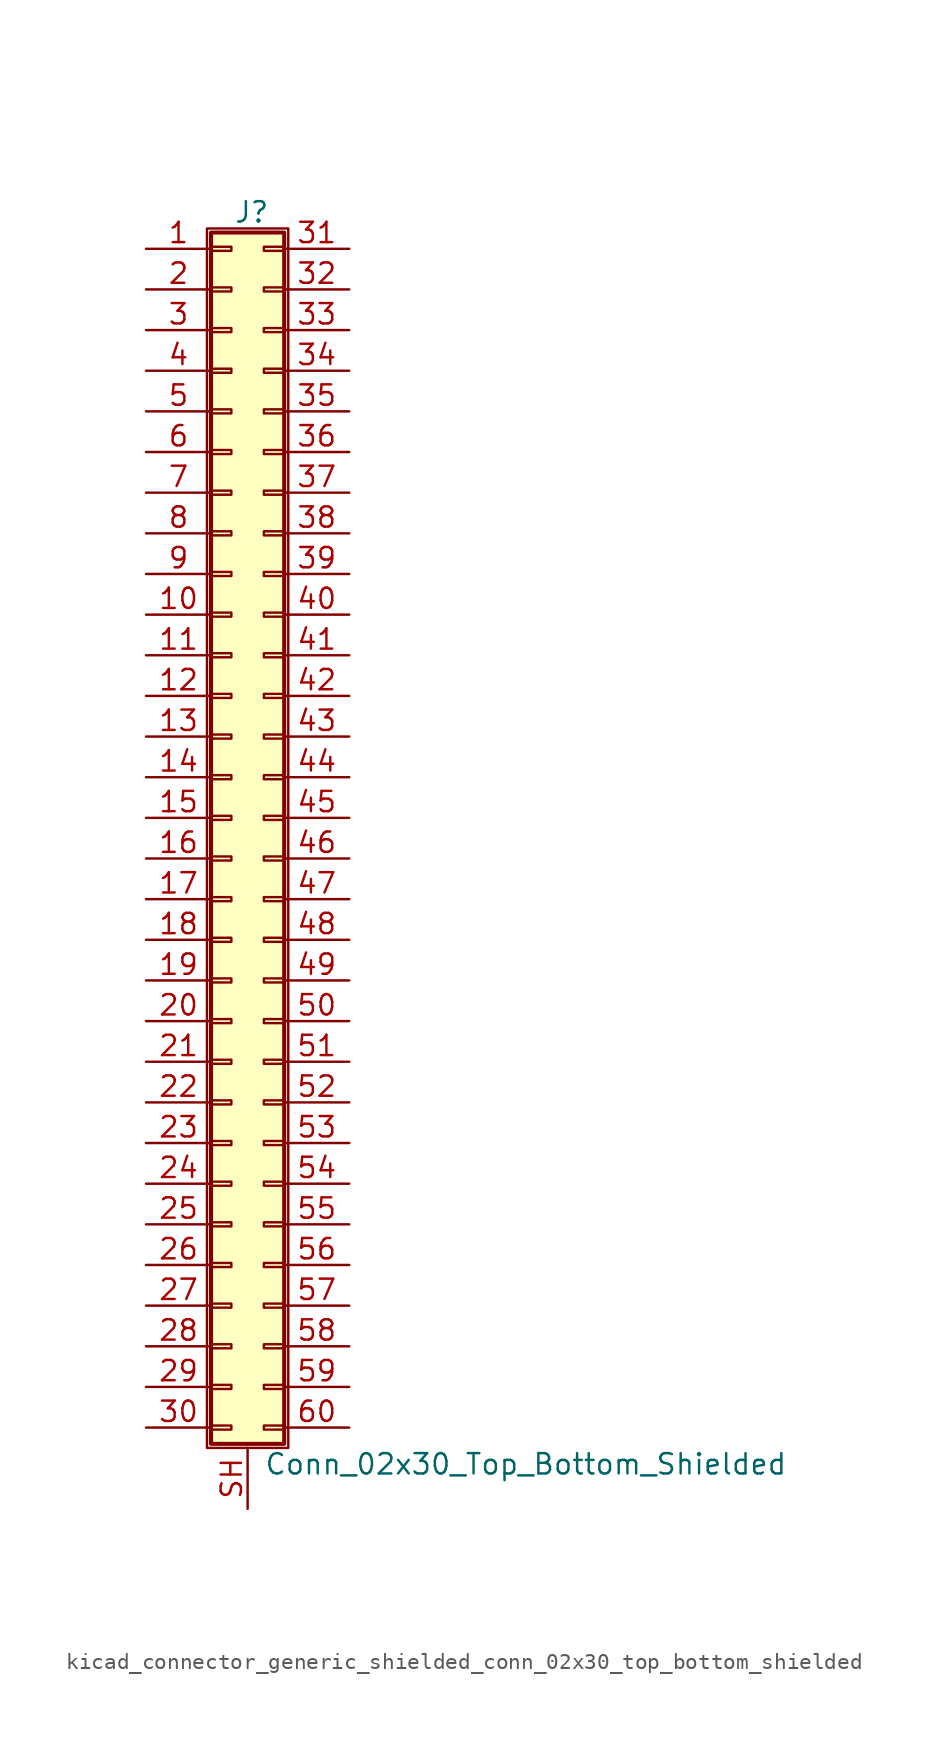
<source format=kicad_sym>
(kicad_symbol_lib
  (version 20220914)
  (generator kicad_symbol_editor)
  (symbol "kicad_connector_generic_shielded_conn_02x30_top_bottom_shielded"
    (pin_names
      (offset 1.016) hide)
    (property "Reference" "J"
      (at 1.524 37.846 0)
      (effects (font (size 1.27 1.27))))
    (property "Value" "Conn_02x30_Top_Bottom_Shielded"
      (at 2.286 -40.386 0)
      (effects (font (size 1.27 1.27)) (justify left)))
    (symbol "kicad_connector_generic_shielded_conn_02x30_top_bottom_shielded_1_1"
      (rectangle (start -1.27 36.83) (end 3.81 -39.37) (stroke (width 0.152) (type default)) (fill (type none)))
      (rectangle (start -1.016 -37.973) (end 0.254 -38.227) (stroke (width 0.152) (type default)) (fill (type none)))
      (rectangle (start -1.016 -35.433) (end 0.254 -35.687) (stroke (width 0.152) (type default)) (fill (type none)))
      (rectangle (start -1.016 -32.893) (end 0.254 -33.147) (stroke (width 0.152) (type default)) (fill (type none)))
      (rectangle (start -1.016 -30.353) (end 0.254 -30.607) (stroke (width 0.152) (type default)) (fill (type none)))
      (rectangle (start -1.016 -27.813) (end 0.254 -28.067) (stroke (width 0.152) (type default)) (fill (type none)))
      (rectangle (start -1.016 -25.273) (end 0.254 -25.527) (stroke (width 0.152) (type default)) (fill (type none)))
      (rectangle (start -1.016 -22.733) (end 0.254 -22.987) (stroke (width 0.152) (type default)) (fill (type none)))
      (rectangle (start -1.016 -20.193) (end 0.254 -20.447) (stroke (width 0.152) (type default)) (fill (type none)))
      (rectangle (start -1.016 -17.653) (end 0.254 -17.907) (stroke (width 0.152) (type default)) (fill (type none)))
      (rectangle (start -1.016 -15.113) (end 0.254 -15.367) (stroke (width 0.152) (type default)) (fill (type none)))
      (rectangle (start -1.016 -12.573) (end 0.254 -12.827) (stroke (width 0.152) (type default)) (fill (type none)))
      (rectangle (start -1.016 -10.033) (end 0.254 -10.287) (stroke (width 0.152) (type default)) (fill (type none)))
      (rectangle (start -1.016 -7.493) (end 0.254 -7.747) (stroke (width 0.152) (type default)) (fill (type none)))
      (rectangle (start -1.016 -4.953) (end 0.254 -5.207) (stroke (width 0.152) (type default)) (fill (type none)))
      (rectangle (start -1.016 -2.413) (end 0.254 -2.667) (stroke (width 0.152) (type default)) (fill (type none)))
      (rectangle (start -1.016 0.127) (end 0.254 -0.127) (stroke (width 0.152) (type default)) (fill (type none)))
      (rectangle (start -1.016 2.667) (end 0.254 2.413) (stroke (width 0.152) (type default)) (fill (type none)))
      (rectangle (start -1.016 5.207) (end 0.254 4.953) (stroke (width 0.152) (type default)) (fill (type none)))
      (rectangle (start -1.016 7.747) (end 0.254 7.493) (stroke (width 0.152) (type default)) (fill (type none)))
      (rectangle (start -1.016 10.287) (end 0.254 10.033) (stroke (width 0.152) (type default)) (fill (type none)))
      (rectangle (start -1.016 12.827) (end 0.254 12.573) (stroke (width 0.152) (type default)) (fill (type none)))
      (rectangle (start -1.016 15.367) (end 0.254 15.113) (stroke (width 0.152) (type default)) (fill (type none)))
      (rectangle (start -1.016 17.907) (end 0.254 17.653) (stroke (width 0.152) (type default)) (fill (type none)))
      (rectangle (start -1.016 20.447) (end 0.254 20.193) (stroke (width 0.152) (type default)) (fill (type none)))
      (rectangle (start -1.016 22.987) (end 0.254 22.733) (stroke (width 0.152) (type default)) (fill (type none)))
      (rectangle (start -1.016 25.527) (end 0.254 25.273) (stroke (width 0.152) (type default)) (fill (type none)))
      (rectangle (start -1.016 28.067) (end 0.254 27.813) (stroke (width 0.152) (type default)) (fill (type none)))
      (rectangle (start -1.016 30.607) (end 0.254 30.353) (stroke (width 0.152) (type default)) (fill (type none)))
      (rectangle (start -1.016 33.147) (end 0.254 32.893) (stroke (width 0.152) (type default)) (fill (type none)))
      (rectangle (start -1.016 35.687) (end 0.254 35.433) (stroke (width 0.152) (type default)) (fill (type none)))
      (rectangle (start -1.016 36.576) (end 3.556 -39.116) (stroke (width 0.254) (type default)) (fill (type background)))
      (rectangle (start 3.556 -37.973) (end 2.286 -38.227) (stroke (width 0.152) (type default)) (fill (type none)))
      (rectangle (start 3.556 -35.433) (end 2.286 -35.687) (stroke (width 0.152) (type default)) (fill (type none)))
      (rectangle (start 3.556 -32.893) (end 2.286 -33.147) (stroke (width 0.152) (type default)) (fill (type none)))
      (rectangle (start 3.556 -30.353) (end 2.286 -30.607) (stroke (width 0.152) (type default)) (fill (type none)))
      (rectangle (start 3.556 -27.813) (end 2.286 -28.067) (stroke (width 0.152) (type default)) (fill (type none)))
      (rectangle (start 3.556 -25.273) (end 2.286 -25.527) (stroke (width 0.152) (type default)) (fill (type none)))
      (rectangle (start 3.556 -22.733) (end 2.286 -22.987) (stroke (width 0.152) (type default)) (fill (type none)))
      (rectangle (start 3.556 -20.193) (end 2.286 -20.447) (stroke (width 0.152) (type default)) (fill (type none)))
      (rectangle (start 3.556 -17.653) (end 2.286 -17.907) (stroke (width 0.152) (type default)) (fill (type none)))
      (rectangle (start 3.556 -15.113) (end 2.286 -15.367) (stroke (width 0.152) (type default)) (fill (type none)))
      (rectangle (start 3.556 -12.573) (end 2.286 -12.827) (stroke (width 0.152) (type default)) (fill (type none)))
      (rectangle (start 3.556 -10.033) (end 2.286 -10.287) (stroke (width 0.152) (type default)) (fill (type none)))
      (rectangle (start 3.556 -7.493) (end 2.286 -7.747) (stroke (width 0.152) (type default)) (fill (type none)))
      (rectangle (start 3.556 -4.953) (end 2.286 -5.207) (stroke (width 0.152) (type default)) (fill (type none)))
      (rectangle (start 3.556 -2.413) (end 2.286 -2.667) (stroke (width 0.152) (type default)) (fill (type none)))
      (rectangle (start 3.556 0.127) (end 2.286 -0.127) (stroke (width 0.152) (type default)) (fill (type none)))
      (rectangle (start 3.556 2.667) (end 2.286 2.413) (stroke (width 0.152) (type default)) (fill (type none)))
      (rectangle (start 3.556 5.207) (end 2.286 4.953) (stroke (width 0.152) (type default)) (fill (type none)))
      (rectangle (start 3.556 7.747) (end 2.286 7.493) (stroke (width 0.152) (type default)) (fill (type none)))
      (rectangle (start 3.556 10.287) (end 2.286 10.033) (stroke (width 0.152) (type default)) (fill (type none)))
      (rectangle (start 3.556 12.827) (end 2.286 12.573) (stroke (width 0.152) (type default)) (fill (type none)))
      (rectangle (start 3.556 15.367) (end 2.286 15.113) (stroke (width 0.152) (type default)) (fill (type none)))
      (rectangle (start 3.556 17.907) (end 2.286 17.653) (stroke (width 0.152) (type default)) (fill (type none)))
      (rectangle (start 3.556 20.447) (end 2.286 20.193) (stroke (width 0.152) (type default)) (fill (type none)))
      (rectangle (start 3.556 22.987) (end 2.286 22.733) (stroke (width 0.152) (type default)) (fill (type none)))
      (rectangle (start 3.556 25.527) (end 2.286 25.273) (stroke (width 0.152) (type default)) (fill (type none)))
      (rectangle (start 3.556 28.067) (end 2.286 27.813) (stroke (width 0.152) (type default)) (fill (type none)))
      (rectangle (start 3.556 30.607) (end 2.286 30.353) (stroke (width 0.152) (type default)) (fill (type none)))
      (rectangle (start 3.556 33.147) (end 2.286 32.893) (stroke (width 0.152) (type default)) (fill (type none)))
      (rectangle (start 3.556 35.687) (end 2.286 35.433) (stroke (width 0.152) (type default)) (fill (type none)))
      (pin passive line (at -5.08 35.56 0) (length 4.064) (name "Pin_1" (effects (font (size 1.27 1.27)))) (number "1" (effects (font (size 1.27 1.27)))))
      (pin passive line (at -5.08 12.7 0) (length 4.064) (name "Pin_10" (effects (font (size 1.27 1.27)))) (number "10" (effects (font (size 1.27 1.27)))))
      (pin passive line (at -5.08 10.16 0) (length 4.064) (name "Pin_11" (effects (font (size 1.27 1.27)))) (number "11" (effects (font (size 1.27 1.27)))))
      (pin passive line (at -5.08 7.62 0) (length 4.064) (name "Pin_12" (effects (font (size 1.27 1.27)))) (number "12" (effects (font (size 1.27 1.27)))))
      (pin passive line (at -5.08 5.08 0) (length 4.064) (name "Pin_13" (effects (font (size 1.27 1.27)))) (number "13" (effects (font (size 1.27 1.27)))))
      (pin passive line (at -5.08 2.54 0) (length 4.064) (name "Pin_14" (effects (font (size 1.27 1.27)))) (number "14" (effects (font (size 1.27 1.27)))))
      (pin passive line (at -5.08 0 0) (length 4.064) (name "Pin_15" (effects (font (size 1.27 1.27)))) (number "15" (effects (font (size 1.27 1.27)))))
      (pin passive line (at -5.08 -2.54 0) (length 4.064) (name "Pin_16" (effects (font (size 1.27 1.27)))) (number "16" (effects (font (size 1.27 1.27)))))
      (pin passive line (at -5.08 -5.08 0) (length 4.064) (name "Pin_17" (effects (font (size 1.27 1.27)))) (number "17" (effects (font (size 1.27 1.27)))))
      (pin passive line (at -5.08 -7.62 0) (length 4.064) (name "Pin_18" (effects (font (size 1.27 1.27)))) (number "18" (effects (font (size 1.27 1.27)))))
      (pin passive line (at -5.08 -10.16 0) (length 4.064) (name "Pin_19" (effects (font (size 1.27 1.27)))) (number "19" (effects (font (size 1.27 1.27)))))
      (pin passive line (at -5.08 33.02 0) (length 4.064) (name "Pin_2" (effects (font (size 1.27 1.27)))) (number "2" (effects (font (size 1.27 1.27)))))
      (pin passive line (at -5.08 -12.7 0) (length 4.064) (name "Pin_20" (effects (font (size 1.27 1.27)))) (number "20" (effects (font (size 1.27 1.27)))))
      (pin passive line (at -5.08 -15.24 0) (length 4.064) (name "Pin_21" (effects (font (size 1.27 1.27)))) (number "21" (effects (font (size 1.27 1.27)))))
      (pin passive line (at -5.08 -17.78 0) (length 4.064) (name "Pin_22" (effects (font (size 1.27 1.27)))) (number "22" (effects (font (size 1.27 1.27)))))
      (pin passive line (at -5.08 -20.32 0) (length 4.064) (name "Pin_23" (effects (font (size 1.27 1.27)))) (number "23" (effects (font (size 1.27 1.27)))))
      (pin passive line (at -5.08 -22.86 0) (length 4.064) (name "Pin_24" (effects (font (size 1.27 1.27)))) (number "24" (effects (font (size 1.27 1.27)))))
      (pin passive line (at -5.08 -25.4 0) (length 4.064) (name "Pin_25" (effects (font (size 1.27 1.27)))) (number "25" (effects (font (size 1.27 1.27)))))
      (pin passive line (at -5.08 -27.94 0) (length 4.064) (name "Pin_26" (effects (font (size 1.27 1.27)))) (number "26" (effects (font (size 1.27 1.27)))))
      (pin passive line (at -5.08 -30.48 0) (length 4.064) (name "Pin_27" (effects (font (size 1.27 1.27)))) (number "27" (effects (font (size 1.27 1.27)))))
      (pin passive line (at -5.08 -33.02 0) (length 4.064) (name "Pin_28" (effects (font (size 1.27 1.27)))) (number "28" (effects (font (size 1.27 1.27)))))
      (pin passive line (at -5.08 -35.56 0) (length 4.064) (name "Pin_29" (effects (font (size 1.27 1.27)))) (number "29" (effects (font (size 1.27 1.27)))))
      (pin passive line (at -5.08 30.48 0) (length 4.064) (name "Pin_3" (effects (font (size 1.27 1.27)))) (number "3" (effects (font (size 1.27 1.27)))))
      (pin passive line (at -5.08 -38.1 0) (length 4.064) (name "Pin_30" (effects (font (size 1.27 1.27)))) (number "30" (effects (font (size 1.27 1.27)))))
      (pin passive line (at 7.62 35.56 180) (length 4.064) (name "Pin_31" (effects (font (size 1.27 1.27)))) (number "31" (effects (font (size 1.27 1.27)))))
      (pin passive line (at 7.62 33.02 180) (length 4.064) (name "Pin_32" (effects (font (size 1.27 1.27)))) (number "32" (effects (font (size 1.27 1.27)))))
      (pin passive line (at 7.62 30.48 180) (length 4.064) (name "Pin_33" (effects (font (size 1.27 1.27)))) (number "33" (effects (font (size 1.27 1.27)))))
      (pin passive line (at 7.62 27.94 180) (length 4.064) (name "Pin_34" (effects (font (size 1.27 1.27)))) (number "34" (effects (font (size 1.27 1.27)))))
      (pin passive line (at 7.62 25.4 180) (length 4.064) (name "Pin_35" (effects (font (size 1.27 1.27)))) (number "35" (effects (font (size 1.27 1.27)))))
      (pin passive line (at 7.62 22.86 180) (length 4.064) (name "Pin_36" (effects (font (size 1.27 1.27)))) (number "36" (effects (font (size 1.27 1.27)))))
      (pin passive line (at 7.62 20.32 180) (length 4.064) (name "Pin_37" (effects (font (size 1.27 1.27)))) (number "37" (effects (font (size 1.27 1.27)))))
      (pin passive line (at 7.62 17.78 180) (length 4.064) (name "Pin_38" (effects (font (size 1.27 1.27)))) (number "38" (effects (font (size 1.27 1.27)))))
      (pin passive line (at 7.62 15.24 180) (length 4.064) (name "Pin_39" (effects (font (size 1.27 1.27)))) (number "39" (effects (font (size 1.27 1.27)))))
      (pin passive line (at -5.08 27.94 0) (length 4.064) (name "Pin_4" (effects (font (size 1.27 1.27)))) (number "4" (effects (font (size 1.27 1.27)))))
      (pin passive line (at 7.62 12.7 180) (length 4.064) (name "Pin_40" (effects (font (size 1.27 1.27)))) (number "40" (effects (font (size 1.27 1.27)))))
      (pin passive line (at 7.62 10.16 180) (length 4.064) (name "Pin_41" (effects (font (size 1.27 1.27)))) (number "41" (effects (font (size 1.27 1.27)))))
      (pin passive line (at 7.62 7.62 180) (length 4.064) (name "Pin_42" (effects (font (size 1.27 1.27)))) (number "42" (effects (font (size 1.27 1.27)))))
      (pin passive line (at 7.62 5.08 180) (length 4.064) (name "Pin_43" (effects (font (size 1.27 1.27)))) (number "43" (effects (font (size 1.27 1.27)))))
      (pin passive line (at 7.62 2.54 180) (length 4.064) (name "Pin_44" (effects (font (size 1.27 1.27)))) (number "44" (effects (font (size 1.27 1.27)))))
      (pin passive line (at 7.62 0 180) (length 4.064) (name "Pin_45" (effects (font (size 1.27 1.27)))) (number "45" (effects (font (size 1.27 1.27)))))
      (pin passive line (at 7.62 -2.54 180) (length 4.064) (name "Pin_46" (effects (font (size 1.27 1.27)))) (number "46" (effects (font (size 1.27 1.27)))))
      (pin passive line (at 7.62 -5.08 180) (length 4.064) (name "Pin_47" (effects (font (size 1.27 1.27)))) (number "47" (effects (font (size 1.27 1.27)))))
      (pin passive line (at 7.62 -7.62 180) (length 4.064) (name "Pin_48" (effects (font (size 1.27 1.27)))) (number "48" (effects (font (size 1.27 1.27)))))
      (pin passive line (at 7.62 -10.16 180) (length 4.064) (name "Pin_49" (effects (font (size 1.27 1.27)))) (number "49" (effects (font (size 1.27 1.27)))))
      (pin passive line (at -5.08 25.4 0) (length 4.064) (name "Pin_5" (effects (font (size 1.27 1.27)))) (number "5" (effects (font (size 1.27 1.27)))))
      (pin passive line (at 7.62 -12.7 180) (length 4.064) (name "Pin_50" (effects (font (size 1.27 1.27)))) (number "50" (effects (font (size 1.27 1.27)))))
      (pin passive line (at 7.62 -15.24 180) (length 4.064) (name "Pin_51" (effects (font (size 1.27 1.27)))) (number "51" (effects (font (size 1.27 1.27)))))
      (pin passive line (at 7.62 -17.78 180) (length 4.064) (name "Pin_52" (effects (font (size 1.27 1.27)))) (number "52" (effects (font (size 1.27 1.27)))))
      (pin passive line (at 7.62 -20.32 180) (length 4.064) (name "Pin_53" (effects (font (size 1.27 1.27)))) (number "53" (effects (font (size 1.27 1.27)))))
      (pin passive line (at 7.62 -22.86 180) (length 4.064) (name "Pin_54" (effects (font (size 1.27 1.27)))) (number "54" (effects (font (size 1.27 1.27)))))
      (pin passive line (at 7.62 -25.4 180) (length 4.064) (name "Pin_55" (effects (font (size 1.27 1.27)))) (number "55" (effects (font (size 1.27 1.27)))))
      (pin passive line (at 7.62 -27.94 180) (length 4.064) (name "Pin_56" (effects (font (size 1.27 1.27)))) (number "56" (effects (font (size 1.27 1.27)))))
      (pin passive line (at 7.62 -30.48 180) (length 4.064) (name "Pin_57" (effects (font (size 1.27 1.27)))) (number "57" (effects (font (size 1.27 1.27)))))
      (pin passive line (at 7.62 -33.02 180) (length 4.064) (name "Pin_58" (effects (font (size 1.27 1.27)))) (number "58" (effects (font (size 1.27 1.27)))))
      (pin passive line (at 7.62 -35.56 180) (length 4.064) (name "Pin_59" (effects (font (size 1.27 1.27)))) (number "59" (effects (font (size 1.27 1.27)))))
      (pin passive line (at -5.08 22.86 0) (length 4.064) (name "Pin_6" (effects (font (size 1.27 1.27)))) (number "6" (effects (font (size 1.27 1.27)))))
      (pin passive line (at 7.62 -38.1 180) (length 4.064) (name "Pin_60" (effects (font (size 1.27 1.27)))) (number "60" (effects (font (size 1.27 1.27)))))
      (pin passive line (at -5.08 20.32 0) (length 4.064) (name "Pin_7" (effects (font (size 1.27 1.27)))) (number "7" (effects (font (size 1.27 1.27)))))
      (pin passive line (at -5.08 17.78 0) (length 4.064) (name "Pin_8" (effects (font (size 1.27 1.27)))) (number "8" (effects (font (size 1.27 1.27)))))
      (pin passive line (at -5.08 15.24 0) (length 4.064) (name "Pin_9" (effects (font (size 1.27 1.27)))) (number "9" (effects (font (size 1.27 1.27)))))
      (pin passive line (at 1.27 -43.18 90) (length 3.81) (name "Shield" (effects (font (size 1.27 1.27)))) (number "SH" (effects (font (size 1.27 1.27))))))))
</source>
